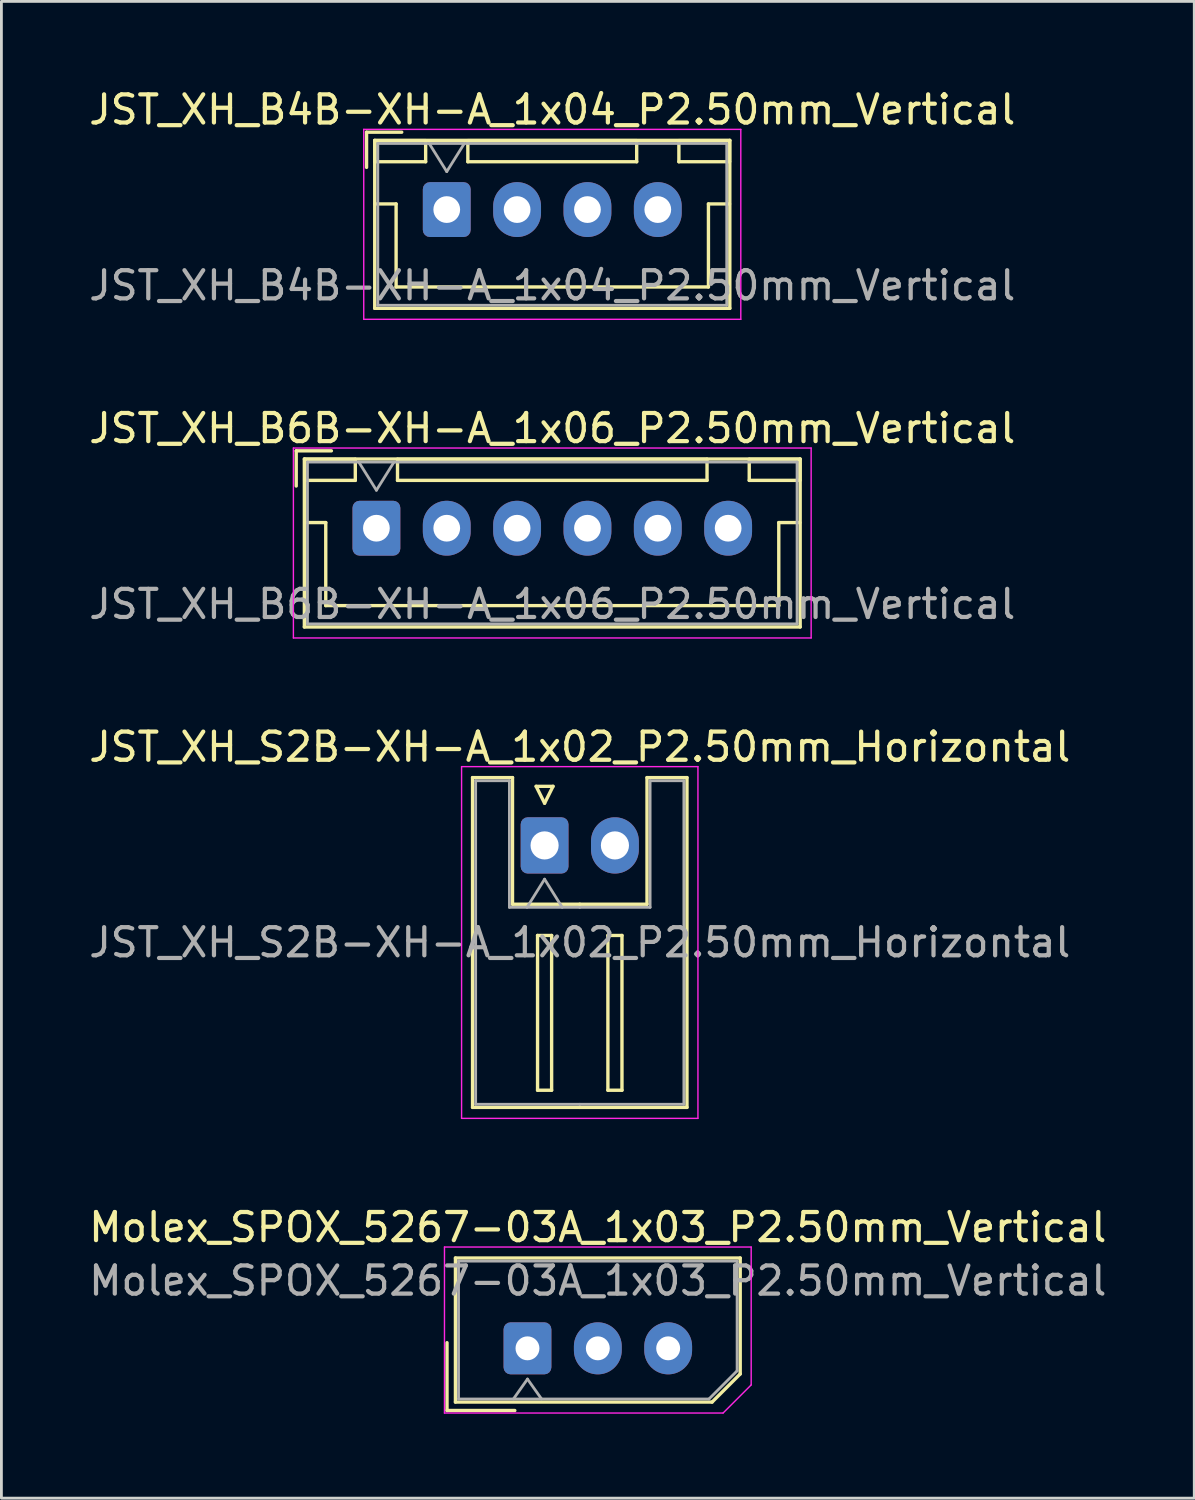
<source format=kicad_pcb>
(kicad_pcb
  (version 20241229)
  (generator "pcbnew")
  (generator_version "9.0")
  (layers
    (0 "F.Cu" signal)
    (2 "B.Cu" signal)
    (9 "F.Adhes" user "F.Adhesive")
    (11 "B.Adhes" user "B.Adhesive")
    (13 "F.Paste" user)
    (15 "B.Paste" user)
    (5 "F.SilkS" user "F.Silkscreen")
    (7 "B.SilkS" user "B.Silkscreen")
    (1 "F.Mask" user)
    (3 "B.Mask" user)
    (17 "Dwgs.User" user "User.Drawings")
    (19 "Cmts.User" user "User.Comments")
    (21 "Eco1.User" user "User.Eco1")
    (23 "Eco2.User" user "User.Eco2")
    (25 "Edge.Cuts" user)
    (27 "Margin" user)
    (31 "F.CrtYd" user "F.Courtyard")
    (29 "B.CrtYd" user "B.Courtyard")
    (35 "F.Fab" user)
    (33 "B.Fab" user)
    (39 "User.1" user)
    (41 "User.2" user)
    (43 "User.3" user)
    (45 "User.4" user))
  (footprint "JST_XH_B4B-XH-A_1x04_P2.50mm_Vertical"
    (layer "F.Cu")
    (at 16.577 4.398)
    (property "Reference" "JST_XH_B4B-XH-A_1x04_P2.50mm_Vertical" (at 0 -3.55 0) (layer "F.SilkS") (effects (font (size 1 1) (thickness 0.15))))
    (attr through_hole)
    (fp_line (start -6.6 -2.75) (end -6.6 -1.5) (stroke (width 0.12) (type solid)) (layer "F.SilkS"))
    (fp_line (start -6.31 -2.46) (end -6.31 3.51) (stroke (width 0.12) (type solid)) (layer "F.SilkS"))
    (fp_line (start -6.31 3.51) (end 6.31 3.51) (stroke (width 0.12) (type solid)) (layer "F.SilkS"))
    (fp_line (start -6.3 -2.45) (end -6.3 -1.7) (stroke (width 0.12) (type solid)) (layer "F.SilkS"))
    (fp_line (start -6.3 -1.7) (end -4.5 -1.7) (stroke (width 0.12) (type solid)) (layer "F.SilkS"))
    (fp_line (start -6.3 -0.2) (end -5.55 -0.2) (stroke (width 0.12) (type solid)) (layer "F.SilkS"))
    (fp_line (start -5.55 -0.2) (end -5.55 2.75) (stroke (width 0.12) (type solid)) (layer "F.SilkS"))
    (fp_line (start -5.55 2.75) (end 0 2.75) (stroke (width 0.12) (type solid)) (layer "F.SilkS"))
    (fp_line (start -5.35 -2.75) (end -6.6 -2.75) (stroke (width 0.12) (type solid)) (layer "F.SilkS"))
    (fp_line (start -4.5 -2.45) (end -6.3 -2.45) (stroke (width 0.12) (type solid)) (layer "F.SilkS"))
    (fp_line (start -4.5 -1.7) (end -4.5 -2.45) (stroke (width 0.12) (type solid)) (layer "F.SilkS"))
    (fp_line (start -3 -2.45) (end -3 -1.7) (stroke (width 0.12) (type solid)) (layer "F.SilkS"))
    (fp_line (start -3 -1.7) (end 3 -1.7) (stroke (width 0.12) (type solid)) (layer "F.SilkS"))
    (fp_line (start 3 -2.45) (end -3 -2.45) (stroke (width 0.12) (type solid)) (layer "F.SilkS"))
    (fp_line (start 3 -1.7) (end 3 -2.45) (stroke (width 0.12) (type solid)) (layer "F.SilkS"))
    (fp_line (start 4.5 -2.45) (end 4.5 -1.7) (stroke (width 0.12) (type solid)) (layer "F.SilkS"))
    (fp_line (start 4.5 -1.7) (end 6.3 -1.7) (stroke (width 0.12) (type solid)) (layer "F.SilkS"))
    (fp_line (start 5.55 -0.2) (end 5.55 2.75) (stroke (width 0.12) (type solid)) (layer "F.SilkS"))
    (fp_line (start 5.55 2.75) (end 0 2.75) (stroke (width 0.12) (type solid)) (layer "F.SilkS"))
    (fp_line (start 6.3 -2.45) (end 4.5 -2.45) (stroke (width 0.12) (type solid)) (layer "F.SilkS"))
    (fp_line (start 6.3 -1.7) (end 6.3 -2.45) (stroke (width 0.12) (type solid)) (layer "F.SilkS"))
    (fp_line (start 6.3 -0.2) (end 5.55 -0.2) (stroke (width 0.12) (type solid)) (layer "F.SilkS"))
    (fp_line (start 6.31 -2.46) (end -6.31 -2.46) (stroke (width 0.12) (type solid)) (layer "F.SilkS"))
    (fp_line (start 6.31 3.51) (end 6.31 -2.46) (stroke (width 0.12) (type solid)) (layer "F.SilkS"))
    (fp_line (start -6.7 -2.85) (end -6.7 3.9) (stroke (width 0.05) (type solid)) (layer "F.CrtYd"))
    (fp_line (start -6.7 3.9) (end 6.7 3.9) (stroke (width 0.05) (type solid)) (layer "F.CrtYd"))
    (fp_line (start 6.7 -2.85) (end -6.7 -2.85) (stroke (width 0.05) (type solid)) (layer "F.CrtYd"))
    (fp_line (start 6.7 3.9) (end 6.7 -2.85) (stroke (width 0.05) (type solid)) (layer "F.CrtYd"))
    (fp_line (start -6.2 -2.35) (end -6.2 3.4) (stroke (width 0.1) (type solid)) (layer "F.Fab"))
    (fp_line (start -6.2 3.4) (end 6.2 3.4) (stroke (width 0.1) (type solid)) (layer "F.Fab"))
    (fp_line (start -4.375 -2.35) (end -3.75 -1.35) (stroke (width 0.1) (type solid)) (layer "F.Fab"))
    (fp_line (start -3.75 -1.35) (end -3.125 -2.35) (stroke (width 0.1) (type solid)) (layer "F.Fab"))
    (fp_line (start 6.2 -2.35) (end -6.2 -2.35) (stroke (width 0.1) (type solid)) (layer "F.Fab"))
    (fp_line (start 6.2 3.4) (end 6.2 -2.35) (stroke (width 0.1) (type solid)) (layer "F.Fab"))
    (fp_text user "${REFERENCE}" (at 0 2.7 0) (layer "F.Fab") (effects (font (size 1 1) (thickness 0.15))))
    (pad "1" thru_hole roundrect (at -3.75 0) (size 1.7 1.95) (drill 0.95) (layers "*.Cu" "*.Mask") (roundrect_rratio 0.147))
    (pad "2" thru_hole oval (at -1.25 0) (size 1.7 1.95) (drill 0.95) (layers "*.Cu" "*.Mask"))
    (pad "3" thru_hole oval (at 1.25 0) (size 1.7 1.95) (drill 0.95) (layers "*.Cu" "*.Mask"))
    (pad "4" thru_hole oval (at 3.75 0) (size 1.7 1.95) (drill 0.95) (layers "*.Cu" "*.Mask")))
  (footprint "JST_XH_S2B-XH-A_1x02_P2.50mm_Horizontal"
    (layer "F.Cu")
    (at 17.554 26.995)
    (property "Reference" "JST_XH_S2B-XH-A_1x02_P2.50mm_Horizontal" (at 0 -3.5 0) (layer "F.SilkS") (effects (font (size 1 1) (thickness 0.15))))
    (attr through_hole)
    (fp_line (start -3.81 -2.41) (end -2.39 -2.41) (stroke (width 0.12) (type solid)) (layer "F.SilkS"))
    (fp_line (start -3.81 9.31) (end -3.81 -2.41) (stroke (width 0.12) (type solid)) (layer "F.SilkS"))
    (fp_line (start -2.39 -2.41) (end -2.39 2.09) (stroke (width 0.12) (type solid)) (layer "F.SilkS"))
    (fp_line (start -2.39 2.09) (end 0 2.09) (stroke (width 0.12) (type solid)) (layer "F.SilkS"))
    (fp_line (start -1.55 -2.1) (end -0.95 -2.1) (stroke (width 0.12) (type solid)) (layer "F.SilkS"))
    (fp_line (start -1.5 3.2) (end -1.5 8.7) (stroke (width 0.12) (type solid)) (layer "F.SilkS"))
    (fp_line (start -1.5 8.7) (end -1 8.7) (stroke (width 0.12) (type solid)) (layer "F.SilkS"))
    (fp_line (start -1.25 -1.5) (end -1.55 -2.1) (stroke (width 0.12) (type solid)) (layer "F.SilkS"))
    (fp_line (start -1 3.2) (end -1.5 3.2) (stroke (width 0.12) (type solid)) (layer "F.SilkS"))
    (fp_line (start -1 8.7) (end -1 3.2) (stroke (width 0.12) (type solid)) (layer "F.SilkS"))
    (fp_line (start -0.95 -2.1) (end -1.25 -1.5) (stroke (width 0.12) (type solid)) (layer "F.SilkS"))
    (fp_line (start 0 9.31) (end -3.81 9.31) (stroke (width 0.12) (type solid)) (layer "F.SilkS"))
    (fp_line (start 0 9.31) (end 3.81 9.31) (stroke (width 0.12) (type solid)) (layer "F.SilkS"))
    (fp_line (start 1 3.2) (end 1 8.7) (stroke (width 0.12) (type solid)) (layer "F.SilkS"))
    (fp_line (start 1 8.7) (end 1.5 8.7) (stroke (width 0.12) (type solid)) (layer "F.SilkS"))
    (fp_line (start 1.5 3.2) (end 1 3.2) (stroke (width 0.12) (type solid)) (layer "F.SilkS"))
    (fp_line (start 1.5 8.7) (end 1.5 3.2) (stroke (width 0.12) (type solid)) (layer "F.SilkS"))
    (fp_line (start 2.39 -2.41) (end 2.39 2.09) (stroke (width 0.12) (type solid)) (layer "F.SilkS"))
    (fp_line (start 2.39 2.09) (end 0 2.09) (stroke (width 0.12) (type solid)) (layer "F.SilkS"))
    (fp_line (start 3.81 -2.41) (end 2.39 -2.41) (stroke (width 0.12) (type solid)) (layer "F.SilkS"))
    (fp_line (start 3.81 9.31) (end 3.81 -2.41) (stroke (width 0.12) (type solid)) (layer "F.SilkS"))
    (fp_line (start -4.2 -2.8) (end -4.2 9.7) (stroke (width 0.05) (type solid)) (layer "F.CrtYd"))
    (fp_line (start -4.2 9.7) (end 4.2 9.7) (stroke (width 0.05) (type solid)) (layer "F.CrtYd"))
    (fp_line (start 4.2 -2.8) (end -4.2 -2.8) (stroke (width 0.05) (type solid)) (layer "F.CrtYd"))
    (fp_line (start 4.2 9.7) (end 4.2 -2.8) (stroke (width 0.05) (type solid)) (layer "F.CrtYd"))
    (fp_line (start -3.7 -2.3) (end -2.5 -2.3) (stroke (width 0.1) (type solid)) (layer "F.Fab"))
    (fp_line (start -3.7 9.2) (end -3.7 -2.3) (stroke (width 0.1) (type solid)) (layer "F.Fab"))
    (fp_line (start -2.5 -2.3) (end -2.5 2.2) (stroke (width 0.1) (type solid)) (layer "F.Fab"))
    (fp_line (start -2.5 2.2) (end 0 2.2) (stroke (width 0.1) (type solid)) (layer "F.Fab"))
    (fp_line (start -1.875 2.2) (end -1.25 1.2) (stroke (width 0.1) (type solid)) (layer "F.Fab"))
    (fp_line (start -1.25 1.2) (end -0.625 2.2) (stroke (width 0.1) (type solid)) (layer "F.Fab"))
    (fp_line (start 0 9.2) (end -3.7 9.2) (stroke (width 0.1) (type solid)) (layer "F.Fab"))
    (fp_line (start 0 9.2) (end 3.7 9.2) (stroke (width 0.1) (type solid)) (layer "F.Fab"))
    (fp_line (start 2.5 -2.3) (end 2.5 2.2) (stroke (width 0.1) (type solid)) (layer "F.Fab"))
    (fp_line (start 2.5 2.2) (end 0 2.2) (stroke (width 0.1) (type solid)) (layer "F.Fab"))
    (fp_line (start 3.7 -2.3) (end 2.5 -2.3) (stroke (width 0.1) (type solid)) (layer "F.Fab"))
    (fp_line (start 3.7 9.2) (end 3.7 -2.3) (stroke (width 0.1) (type solid)) (layer "F.Fab"))
    (fp_text user "${REFERENCE}" (at 0 3.45 0) (layer "F.Fab") (effects (font (size 1 1) (thickness 0.15))))
    (pad "1" thru_hole roundrect (at -1.25 0) (size 1.7 2) (drill 1) (layers "*.Cu" "*.Mask") (roundrect_rratio 0.147))
    (pad "2" thru_hole oval (at 1.25 0) (size 1.7 2) (drill 1) (layers "*.Cu" "*.Mask")))
  (footprint "Molex_SPOX_5267-03A_1x03_P2.50mm_Vertical"
    (layer "F.Cu")
    (at 18.196 44.868)
    (property "Reference" "Molex_SPOX_5267-03A_1x03_P2.50mm_Vertical" (at 0 -4.3 0) (layer "F.SilkS") (effects (font (size 1 1) (thickness 0.15))))
    (attr through_hole)
    (fp_line (start -5.36 -0.2) (end -5.36 2.21) (stroke (width 0.12) (type solid)) (layer "F.SilkS"))
    (fp_line (start -5.36 2.21) (end -2.95 2.21) (stroke (width 0.12) (type solid)) (layer "F.SilkS"))
    (fp_line (start -5.06 -3.21) (end -5.06 1.91) (stroke (width 0.12) (type solid)) (layer "F.SilkS"))
    (fp_line (start -5.06 1.91) (end 4.06 1.91) (stroke (width 0.12) (type solid)) (layer "F.SilkS"))
    (fp_line (start 4.06 1.91) (end 5.06 0.91) (stroke (width 0.12) (type solid)) (layer "F.SilkS"))
    (fp_line (start 5.06 -3.21) (end -5.06 -3.21) (stroke (width 0.12) (type solid)) (layer "F.SilkS"))
    (fp_line (start 5.06 0.91) (end 5.06 -3.21) (stroke (width 0.12) (type solid)) (layer "F.SilkS"))
    (fp_line (start -5.45 -3.6) (end -5.45 2.3) (stroke (width 0.05) (type solid)) (layer "F.CrtYd"))
    (fp_line (start -5.45 2.3) (end 4.45 2.3) (stroke (width 0.05) (type solid)) (layer "F.CrtYd"))
    (fp_line (start 4.45 2.3) (end 5.45 1.3) (stroke (width 0.05) (type solid)) (layer "F.CrtYd"))
    (fp_line (start 5.45 -3.6) (end -5.45 -3.6) (stroke (width 0.05) (type solid)) (layer "F.CrtYd"))
    (fp_line (start 5.45 1.3) (end 5.45 -3.6) (stroke (width 0.05) (type solid)) (layer "F.CrtYd"))
    (fp_line (start -4.95 -3.1) (end -4.95 1.8) (stroke (width 0.1) (type solid)) (layer "F.Fab"))
    (fp_line (start -4.95 1.8) (end 3.95 1.8) (stroke (width 0.1) (type solid)) (layer "F.Fab"))
    (fp_line (start -3 1.8) (end -2.5 1.093) (stroke (width 0.1) (type solid)) (layer "F.Fab"))
    (fp_line (start -2.5 1.093) (end -2 1.8) (stroke (width 0.1) (type solid)) (layer "F.Fab"))
    (fp_line (start 3.95 1.8) (end 4.95 0.8) (stroke (width 0.1) (type solid)) (layer "F.Fab"))
    (fp_line (start 4.95 -3.1) (end -4.95 -3.1) (stroke (width 0.1) (type solid)) (layer "F.Fab"))
    (fp_line (start 4.95 0.8) (end 4.95 -3.1) (stroke (width 0.1) (type solid)) (layer "F.Fab"))
    (fp_text user "${REFERENCE}" (at 0 -2.4 0) (layer "F.Fab") (effects (font (size 1 1) (thickness 0.15))))
    (pad "1" thru_hole roundrect (at -2.5 0) (size 1.7 1.85) (drill 0.85) (layers "*.Cu" "*.Mask") (roundrect_rratio 0.147))
    (pad "2" thru_hole oval (at 0 0) (size 1.7 1.85) (drill 0.85) (layers "*.Cu" "*.Mask"))
    (pad "3" thru_hole oval (at 2.5 0) (size 1.7 1.85) (drill 0.85) (layers "*.Cu" "*.Mask")))
  (footprint "JST_XH_B6B-XH-A_1x06_P2.50mm_Vertical"
    (layer "F.Cu")
    (at 16.577 15.722)
    (property "Reference" "JST_XH_B6B-XH-A_1x06_P2.50mm_Vertical" (at 0 -3.55 0) (layer "F.SilkS") (effects (font (size 1 1) (thickness 0.15))))
    (attr through_hole)
    (fp_line (start -9.1 -2.75) (end -9.1 -1.5) (stroke (width 0.12) (type solid)) (layer "F.SilkS"))
    (fp_line (start -8.81 -2.46) (end -8.81 3.51) (stroke (width 0.12) (type solid)) (layer "F.SilkS"))
    (fp_line (start -8.81 3.51) (end 8.81 3.51) (stroke (width 0.12) (type solid)) (layer "F.SilkS"))
    (fp_line (start -8.8 -2.45) (end -8.8 -1.7) (stroke (width 0.12) (type solid)) (layer "F.SilkS"))
    (fp_line (start -8.8 -1.7) (end -7 -1.7) (stroke (width 0.12) (type solid)) (layer "F.SilkS"))
    (fp_line (start -8.8 -0.2) (end -8.05 -0.2) (stroke (width 0.12) (type solid)) (layer "F.SilkS"))
    (fp_line (start -8.05 -0.2) (end -8.05 2.75) (stroke (width 0.12) (type solid)) (layer "F.SilkS"))
    (fp_line (start -8.05 2.75) (end 0 2.75) (stroke (width 0.12) (type solid)) (layer "F.SilkS"))
    (fp_line (start -7.85 -2.75) (end -9.1 -2.75) (stroke (width 0.12) (type solid)) (layer "F.SilkS"))
    (fp_line (start -7 -2.45) (end -8.8 -2.45) (stroke (width 0.12) (type solid)) (layer "F.SilkS"))
    (fp_line (start -7 -1.7) (end -7 -2.45) (stroke (width 0.12) (type solid)) (layer "F.SilkS"))
    (fp_line (start -5.5 -2.45) (end -5.5 -1.7) (stroke (width 0.12) (type solid)) (layer "F.SilkS"))
    (fp_line (start -5.5 -1.7) (end 5.5 -1.7) (stroke (width 0.12) (type solid)) (layer "F.SilkS"))
    (fp_line (start 5.5 -2.45) (end -5.5 -2.45) (stroke (width 0.12) (type solid)) (layer "F.SilkS"))
    (fp_line (start 5.5 -1.7) (end 5.5 -2.45) (stroke (width 0.12) (type solid)) (layer "F.SilkS"))
    (fp_line (start 7 -2.45) (end 7 -1.7) (stroke (width 0.12) (type solid)) (layer "F.SilkS"))
    (fp_line (start 7 -1.7) (end 8.8 -1.7) (stroke (width 0.12) (type solid)) (layer "F.SilkS"))
    (fp_line (start 8.05 -0.2) (end 8.05 2.75) (stroke (width 0.12) (type solid)) (layer "F.SilkS"))
    (fp_line (start 8.05 2.75) (end 0 2.75) (stroke (width 0.12) (type solid)) (layer "F.SilkS"))
    (fp_line (start 8.8 -2.45) (end 7 -2.45) (stroke (width 0.12) (type solid)) (layer "F.SilkS"))
    (fp_line (start 8.8 -1.7) (end 8.8 -2.45) (stroke (width 0.12) (type solid)) (layer "F.SilkS"))
    (fp_line (start 8.8 -0.2) (end 8.05 -0.2) (stroke (width 0.12) (type solid)) (layer "F.SilkS"))
    (fp_line (start 8.81 -2.46) (end -8.81 -2.46) (stroke (width 0.12) (type solid)) (layer "F.SilkS"))
    (fp_line (start 8.81 3.51) (end 8.81 -2.46) (stroke (width 0.12) (type solid)) (layer "F.SilkS"))
    (fp_line (start -9.2 -2.85) (end -9.2 3.9) (stroke (width 0.05) (type solid)) (layer "F.CrtYd"))
    (fp_line (start -9.2 3.9) (end 9.2 3.9) (stroke (width 0.05) (type solid)) (layer "F.CrtYd"))
    (fp_line (start 9.2 -2.85) (end -9.2 -2.85) (stroke (width 0.05) (type solid)) (layer "F.CrtYd"))
    (fp_line (start 9.2 3.9) (end 9.2 -2.85) (stroke (width 0.05) (type solid)) (layer "F.CrtYd"))
    (fp_line (start -8.7 -2.35) (end -8.7 3.4) (stroke (width 0.1) (type solid)) (layer "F.Fab"))
    (fp_line (start -8.7 3.4) (end 8.7 3.4) (stroke (width 0.1) (type solid)) (layer "F.Fab"))
    (fp_line (start -6.875 -2.35) (end -6.25 -1.35) (stroke (width 0.1) (type solid)) (layer "F.Fab"))
    (fp_line (start -6.25 -1.35) (end -5.625 -2.35) (stroke (width 0.1) (type solid)) (layer "F.Fab"))
    (fp_line (start 8.7 -2.35) (end -8.7 -2.35) (stroke (width 0.1) (type solid)) (layer "F.Fab"))
    (fp_line (start 8.7 3.4) (end 8.7 -2.35) (stroke (width 0.1) (type solid)) (layer "F.Fab"))
    (fp_text user "${REFERENCE}" (at 0 2.7 0) (layer "F.Fab") (effects (font (size 1 1) (thickness 0.15))))
    (pad "1" thru_hole roundrect (at -6.25 0) (size 1.7 1.95) (drill 0.95) (layers "*.Cu" "*.Mask") (roundrect_rratio 0.147))
    (pad "2" thru_hole oval (at -3.75 0) (size 1.7 1.95) (drill 0.95) (layers "*.Cu" "*.Mask"))
    (pad "3" thru_hole oval (at -1.25 0) (size 1.7 1.95) (drill 0.95) (layers "*.Cu" "*.Mask"))
    (pad "4" thru_hole oval (at 1.25 0) (size 1.7 1.95) (drill 0.95) (layers "*.Cu" "*.Mask"))
    (pad "5" thru_hole oval (at 3.75 0) (size 1.7 1.95) (drill 0.95) (layers "*.Cu" "*.Mask"))
    (pad "6" thru_hole oval (at 6.25 0) (size 1.7 1.95) (drill 0.95) (layers "*.Cu" "*.Mask")))
  (gr_rect
    (start -3 -3)
    (end 39.393 50.193)
    (stroke (width 0.1) (type default))
    (fill no)
    (layer "Edge.Cuts")))
</source>
